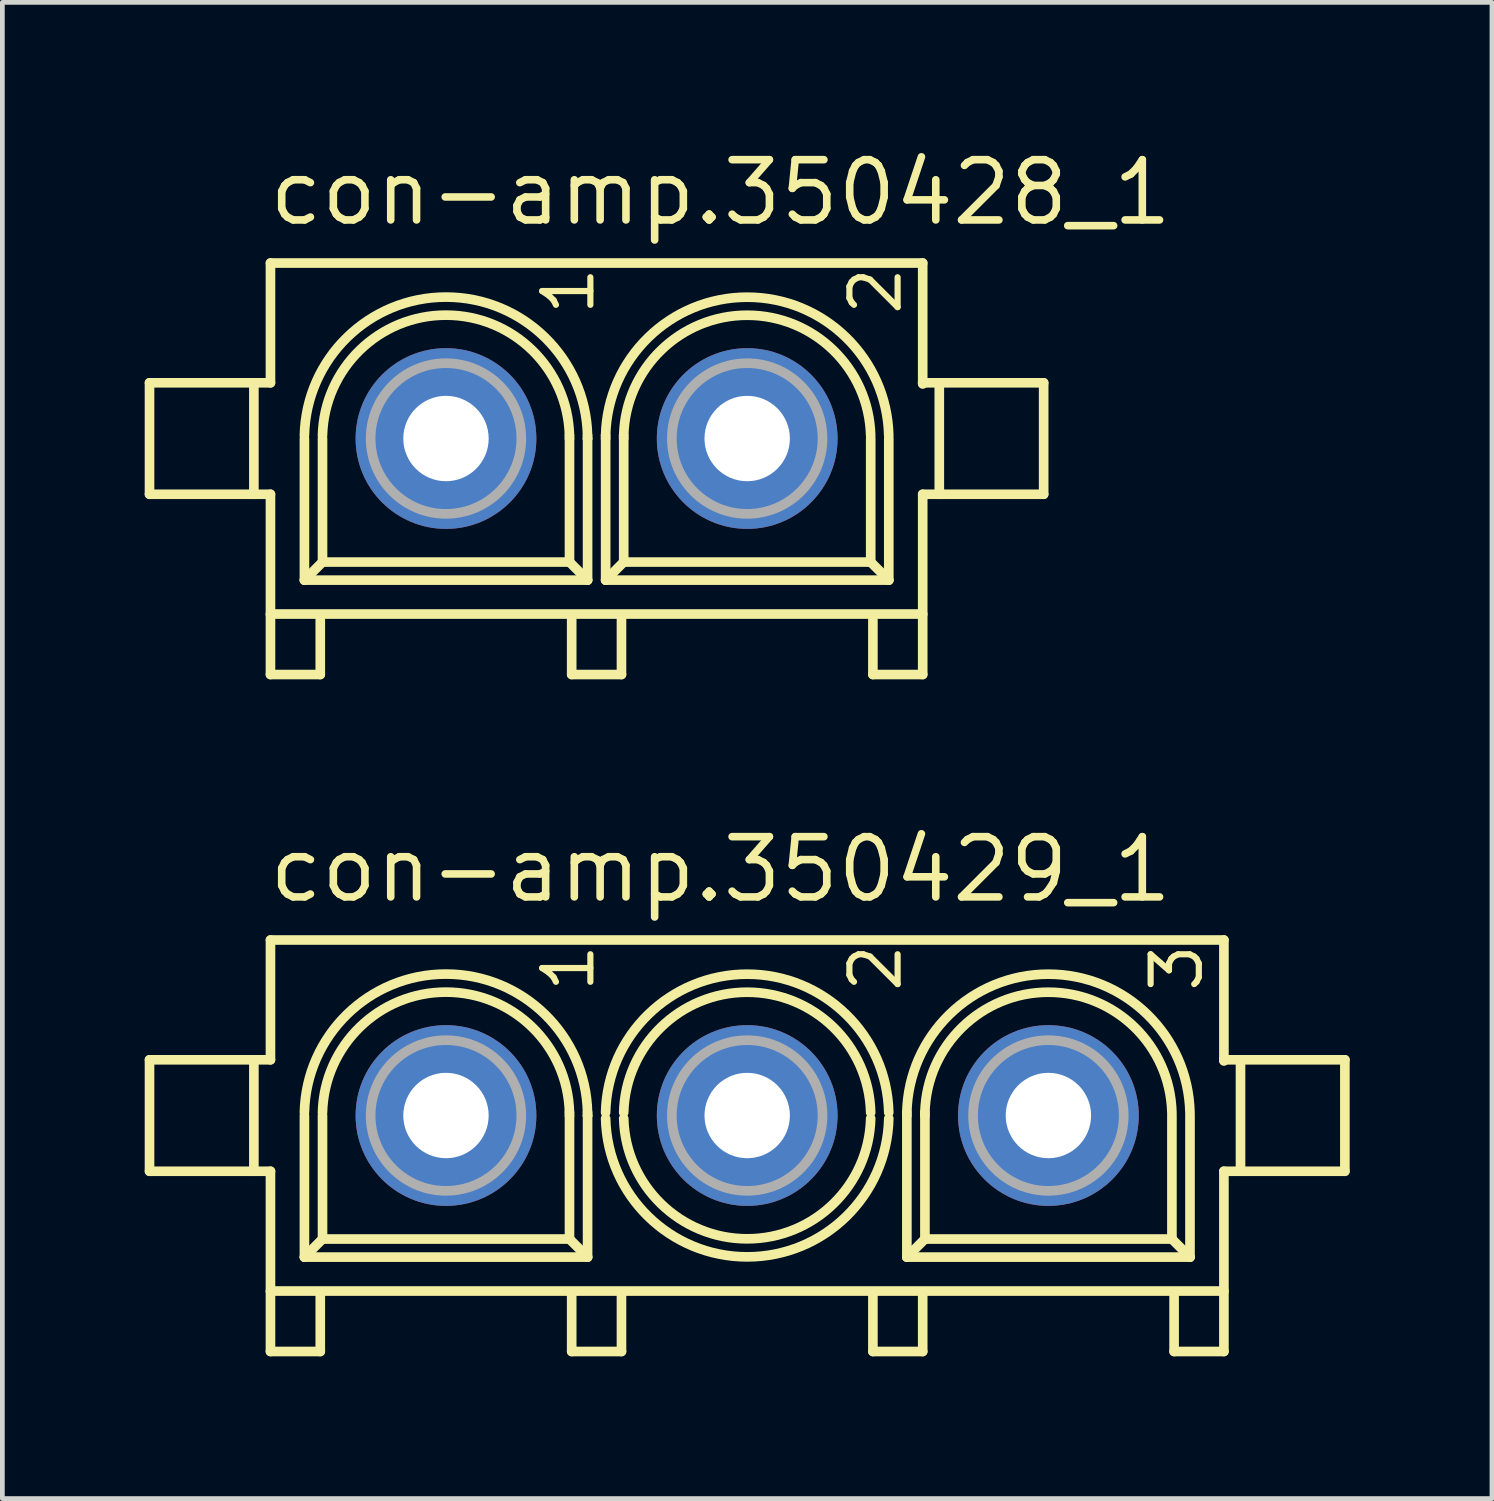
<source format=kicad_pcb>
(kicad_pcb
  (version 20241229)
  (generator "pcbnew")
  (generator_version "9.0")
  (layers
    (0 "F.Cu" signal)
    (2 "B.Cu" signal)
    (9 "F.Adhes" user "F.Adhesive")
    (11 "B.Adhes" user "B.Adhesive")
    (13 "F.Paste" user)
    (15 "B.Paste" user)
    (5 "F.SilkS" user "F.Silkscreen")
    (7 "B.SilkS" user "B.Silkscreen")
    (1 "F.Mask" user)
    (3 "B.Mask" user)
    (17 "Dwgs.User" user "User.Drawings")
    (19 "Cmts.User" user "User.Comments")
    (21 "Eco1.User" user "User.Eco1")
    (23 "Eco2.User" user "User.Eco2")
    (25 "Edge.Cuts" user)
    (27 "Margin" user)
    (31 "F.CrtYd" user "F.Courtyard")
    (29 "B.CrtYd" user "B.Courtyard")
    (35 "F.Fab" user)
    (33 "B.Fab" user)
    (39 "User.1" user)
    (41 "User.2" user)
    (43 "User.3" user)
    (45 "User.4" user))
  (footprint "con-amp.350429_1"
    (layer "F.Cu")
    (at 12.702 20.467)
    (property "Reference" "con-amp.350429_1" (at -10.16 -4.445 0) (layer "F.SilkS") (effects (font (size 1.27 1.27) (thickness 0.16)) (justify left bottom)))
    (attr through_hole)
    (fp_line (start -12.6 -1.175) (end -12.6 1.175) (stroke (width 0.203) (type default)) (layer "F.SilkS"))
    (fp_line (start -12.6 1.175) (end -10.425 1.175) (stroke (width 0.203) (type default)) (layer "F.SilkS"))
    (fp_line (start -10.425 -1.175) (end -12.6 -1.175) (stroke (width 0.203) (type default)) (layer "F.SilkS"))
    (fp_line (start -10.4 -1.175) (end -10.05 -1.175) (stroke (width 0.203) (type default)) (layer "F.SilkS"))
    (fp_line (start -10.4 1.175) (end -10.4 -1.175) (stroke (width 0.203) (type default)) (layer "F.SilkS"))
    (fp_line (start -10.05 -3.7) (end 10.05 -3.7) (stroke (width 0.203) (type default)) (layer "F.SilkS"))
    (fp_line (start -10.05 -1.175) (end -10.05 -3.7) (stroke (width 0.203) (type default)) (layer "F.SilkS"))
    (fp_line (start -10.05 1.175) (end -10.4 1.175) (stroke (width 0.203) (type default)) (layer "F.SilkS"))
    (fp_line (start -10.05 3.7) (end -10.05 1.175) (stroke (width 0.203) (type default)) (layer "F.SilkS"))
    (fp_line (start -10.05 3.725) (end -10.05 4.975) (stroke (width 0.203) (type default)) (layer "F.SilkS"))
    (fp_line (start -10.05 4.975) (end -9 4.975) (stroke (width 0.203) (type default)) (layer "F.SilkS"))
    (fp_line (start -9.334 2.985) (end -9.334 0) (stroke (width 0.203) (type default)) (layer "F.SilkS"))
    (fp_line (start -9 4.975) (end -9 3.8) (stroke (width 0.203) (type default)) (layer "F.SilkS"))
    (fp_line (start -8.953 2.604) (end -9.334 2.985) (stroke (width 0.203) (type default)) (layer "F.SilkS"))
    (fp_line (start -8.953 2.604) (end -8.953 0) (stroke (width 0.203) (type default)) (layer "F.SilkS"))
    (fp_line (start -3.747 -0.064) (end -3.747 0) (stroke (width 0.203) (type default)) (layer "F.SilkS"))
    (fp_line (start -3.746 0) (end -3.746 2.604) (stroke (width 0.203) (type default)) (layer "F.SilkS"))
    (fp_line (start -3.746 2.604) (end -8.953 2.604) (stroke (width 0.203) (type default)) (layer "F.SilkS"))
    (fp_line (start -3.746 2.604) (end -3.365 2.985) (stroke (width 0.203) (type default)) (layer "F.SilkS"))
    (fp_line (start -3.7 4.975) (end -3.7 3.775) (stroke (width 0.203) (type default)) (layer "F.SilkS"))
    (fp_line (start -3.366 -0.064) (end -3.366 0) (stroke (width 0.203) (type default)) (layer "F.SilkS"))
    (fp_line (start -3.365 0) (end -3.366 0) (stroke (width 0.203) (type default)) (layer "F.SilkS"))
    (fp_line (start -3.365 0) (end -3.365 2.985) (stroke (width 0.203) (type default)) (layer "F.SilkS"))
    (fp_line (start -3.365 2.985) (end -9.334 2.985) (stroke (width 0.203) (type default)) (layer "F.SilkS"))
    (fp_line (start -2.65 3.775) (end -2.65 4.975) (stroke (width 0.203) (type default)) (layer "F.SilkS"))
    (fp_line (start -2.65 4.975) (end -3.7 4.975) (stroke (width 0.203) (type default)) (layer "F.SilkS"))
    (fp_line (start 2.65 4.975) (end 2.65 3.775) (stroke (width 0.203) (type default)) (layer "F.SilkS"))
    (fp_line (start 3.365 0) (end 3.365 -0.064) (stroke (width 0.203) (type default)) (layer "F.SilkS"))
    (fp_line (start 3.366 2.985) (end 3.366 0) (stroke (width 0.203) (type default)) (layer "F.SilkS"))
    (fp_line (start 3.7 3.775) (end 3.7 4.975) (stroke (width 0.203) (type default)) (layer "F.SilkS"))
    (fp_line (start 3.7 4.975) (end 2.65 4.975) (stroke (width 0.203) (type default)) (layer "F.SilkS"))
    (fp_line (start 3.746 0) (end 3.746 -0.064) (stroke (width 0.203) (type default)) (layer "F.SilkS"))
    (fp_line (start 3.747 2.604) (end 3.366 2.985) (stroke (width 0.203) (type default)) (layer "F.SilkS"))
    (fp_line (start 3.747 2.604) (end 3.747 0) (stroke (width 0.203) (type default)) (layer "F.SilkS"))
    (fp_line (start 8.954 0) (end 8.954 2.604) (stroke (width 0.203) (type default)) (layer "F.SilkS"))
    (fp_line (start 8.954 2.604) (end 3.747 2.604) (stroke (width 0.203) (type default)) (layer "F.SilkS"))
    (fp_line (start 8.954 2.604) (end 9.335 2.985) (stroke (width 0.203) (type default)) (layer "F.SilkS"))
    (fp_line (start 9 4.975) (end 9 3.825) (stroke (width 0.203) (type default)) (layer "F.SilkS"))
    (fp_line (start 9.335 0) (end 9.335 2.985) (stroke (width 0.203) (type default)) (layer "F.SilkS"))
    (fp_line (start 9.335 2.985) (end 3.366 2.985) (stroke (width 0.203) (type default)) (layer "F.SilkS"))
    (fp_line (start 10.05 -3.7) (end 10.05 -1.175) (stroke (width 0.203) (type default)) (layer "F.SilkS"))
    (fp_line (start 10.05 -1.175) (end 10.05 -1.15) (stroke (width 0.203) (type default)) (layer "F.SilkS"))
    (fp_line (start 10.05 -1.175) (end 10.4 -1.175) (stroke (width 0.203) (type default)) (layer "F.SilkS"))
    (fp_line (start 10.05 1.175) (end 10.05 3.7) (stroke (width 0.203) (type default)) (layer "F.SilkS"))
    (fp_line (start 10.05 3.7) (end -10.05 3.7) (stroke (width 0.203) (type default)) (layer "F.SilkS"))
    (fp_line (start 10.05 3.75) (end 10.05 4.975) (stroke (width 0.203) (type default)) (layer "F.SilkS"))
    (fp_line (start 10.05 4.975) (end 9 4.975) (stroke (width 0.203) (type default)) (layer "F.SilkS"))
    (fp_line (start 10.4 -1.175) (end 10.4 1.175) (stroke (width 0.203) (type default)) (layer "F.SilkS"))
    (fp_line (start 10.4 1.175) (end 10.05 1.175) (stroke (width 0.203) (type default)) (layer "F.SilkS"))
    (fp_line (start 10.425 -1.175) (end 12.6 -1.175) (stroke (width 0.203) (type default)) (layer "F.SilkS"))
    (fp_line (start 12.6 -1.175) (end 12.6 1.175) (stroke (width 0.203) (type default)) (layer "F.SilkS"))
    (fp_line (start 12.6 1.175) (end 10.425 1.175) (stroke (width 0.203) (type default)) (layer "F.SilkS"))
    (fp_arc (start -9.3346 -0.0636) (mid -6.35015 -2.979945) (end -3.3657 -0.0636) (stroke (width 0.2032) (type default)) (layer "F.SilkS"))
    (fp_arc (start -8.9536 -0.0636) (mid -6.35015 -2.601886) (end -3.7467 -0.0636) (stroke (width 0.2032) (type default)) (layer "F.SilkS"))
    (fp_arc (start -2.9847 -0.0636) (mid -0.0002 -2.980093) (end 2.9843 -0.0636) (stroke (width 0.2032) (type default)) (layer "F.SilkS"))
    (fp_arc (start -2.6037 -0.0636) (mid -0.0002 -2.600085) (end 2.6033 -0.0636) (stroke (width 0.2032) (type default)) (layer "F.SilkS"))
    (fp_arc (start 2.6037 0.0636) (mid 0.0002 2.600085) (end -2.6033 0.0636) (stroke (width 0.2032) (type default)) (layer "F.SilkS"))
    (fp_arc (start 2.9847 0.0636) (mid 0.0002 2.980093) (end -2.9843 0.0636) (stroke (width 0.2032) (type default)) (layer "F.SilkS"))
    (fp_arc (start 3.3653 -0.0636) (mid 6.3498 -2.980093) (end 9.3343 -0.0636) (stroke (width 0.2032) (type default)) (layer "F.SilkS"))
    (fp_arc (start 3.7463 -0.0636) (mid 6.3498 -2.600085) (end 8.9533 -0.0636) (stroke (width 0.2032) (type default)) (layer "F.SilkS"))
    (fp_circle (center -6.35 0) (end -4.762 0) (stroke (width 0.203) (type default)) (fill no) (layer "F.Fab"))
    (fp_circle (center 0 0) (end 1.588 0) (stroke (width 0.203) (type default)) (fill no) (layer "F.Fab"))
    (fp_circle (center 6.35 0) (end 7.938 0) (stroke (width 0.203) (type default)) (fill no) (layer "F.Fab"))
    (fp_text user "2" (at 3.302 -2.54 90) (layer "F.SilkS") (effects (font (size 1.016 1.016) (thickness 0.13)) (justify left bottom)))
    (fp_text user "1" (at -3.175 -2.54 90) (layer "F.SilkS") (effects (font (size 1.016 1.016) (thickness 0.13)) (justify left bottom)))
    (fp_text user "3" (at 9.652 -2.54 90) (layer "F.SilkS") (effects (font (size 1.016 1.016) (thickness 0.13)) (justify left bottom)))
    (pad "1" thru_hole circle (at -6.35 0) (size 3.81 3.81) (drill 1.8) (layers "*.Cu" "*.Mask"))
    (pad "2" thru_hole circle (at 0 0) (size 3.81 3.81) (drill 1.8) (layers "*.Cu" "*.Mask"))
    (pad "3" thru_hole circle (at 6.35 0) (size 3.81 3.81) (drill 1.8) (layers "*.Cu" "*.Mask")))
  (footprint "con-amp.350428_1"
    (layer "F.Cu")
    (at 9.527 6.195)
    (property "Reference" "con-amp.350428_1" (at -6.985 -4.445 0) (layer "F.SilkS") (effects (font (size 1.27 1.27) (thickness 0.16)) (justify left bottom)))
    (attr through_hole)
    (fp_line (start -9.425 -1.175) (end -9.425 1.175) (stroke (width 0.203) (type default)) (layer "F.SilkS"))
    (fp_line (start -9.425 1.175) (end -7.25 1.175) (stroke (width 0.203) (type default)) (layer "F.SilkS"))
    (fp_line (start -7.25 -1.175) (end -9.425 -1.175) (stroke (width 0.203) (type default)) (layer "F.SilkS"))
    (fp_line (start -7.225 -1.175) (end -6.875 -1.175) (stroke (width 0.203) (type default)) (layer "F.SilkS"))
    (fp_line (start -7.225 1.175) (end -7.225 -1.175) (stroke (width 0.203) (type default)) (layer "F.SilkS"))
    (fp_line (start -6.875 -3.7) (end 6.875 -3.7) (stroke (width 0.203) (type default)) (layer "F.SilkS"))
    (fp_line (start -6.875 -1.175) (end -6.875 -3.7) (stroke (width 0.203) (type default)) (layer "F.SilkS"))
    (fp_line (start -6.875 1.175) (end -7.225 1.175) (stroke (width 0.203) (type default)) (layer "F.SilkS"))
    (fp_line (start -6.875 3.7) (end -6.875 1.175) (stroke (width 0.203) (type default)) (layer "F.SilkS"))
    (fp_line (start -6.875 3.725) (end -6.875 4.975) (stroke (width 0.203) (type default)) (layer "F.SilkS"))
    (fp_line (start -6.875 4.975) (end -5.825 4.975) (stroke (width 0.203) (type default)) (layer "F.SilkS"))
    (fp_line (start -6.159 2.985) (end -6.159 0) (stroke (width 0.203) (type default)) (layer "F.SilkS"))
    (fp_line (start -5.825 4.975) (end -5.825 3.8) (stroke (width 0.203) (type default)) (layer "F.SilkS"))
    (fp_line (start -5.778 2.604) (end -6.159 2.985) (stroke (width 0.203) (type default)) (layer "F.SilkS"))
    (fp_line (start -5.778 2.604) (end -5.778 0) (stroke (width 0.203) (type default)) (layer "F.SilkS"))
    (fp_line (start -0.572 -0.064) (end -0.572 0) (stroke (width 0.203) (type default)) (layer "F.SilkS"))
    (fp_line (start -0.571 0) (end -0.571 2.604) (stroke (width 0.203) (type default)) (layer "F.SilkS"))
    (fp_line (start -0.571 2.604) (end -5.778 2.604) (stroke (width 0.203) (type default)) (layer "F.SilkS"))
    (fp_line (start -0.571 2.604) (end -0.19 2.985) (stroke (width 0.203) (type default)) (layer "F.SilkS"))
    (fp_line (start -0.525 4.975) (end -0.525 3.775) (stroke (width 0.203) (type default)) (layer "F.SilkS"))
    (fp_line (start -0.191 -0.064) (end -0.191 0) (stroke (width 0.203) (type default)) (layer "F.SilkS"))
    (fp_line (start -0.19 0) (end -0.191 0) (stroke (width 0.203) (type default)) (layer "F.SilkS"))
    (fp_line (start -0.19 0) (end -0.19 2.985) (stroke (width 0.203) (type default)) (layer "F.SilkS"))
    (fp_line (start -0.19 2.985) (end -6.159 2.985) (stroke (width 0.203) (type default)) (layer "F.SilkS"))
    (fp_line (start 0.19 0) (end 0.19 -0.064) (stroke (width 0.203) (type default)) (layer "F.SilkS"))
    (fp_line (start 0.191 2.985) (end 0.191 0) (stroke (width 0.203) (type default)) (layer "F.SilkS"))
    (fp_line (start 0.525 3.775) (end 0.525 4.975) (stroke (width 0.203) (type default)) (layer "F.SilkS"))
    (fp_line (start 0.525 4.975) (end -0.525 4.975) (stroke (width 0.203) (type default)) (layer "F.SilkS"))
    (fp_line (start 0.571 0) (end 0.571 -0.064) (stroke (width 0.203) (type default)) (layer "F.SilkS"))
    (fp_line (start 0.572 2.604) (end 0.191 2.985) (stroke (width 0.203) (type default)) (layer "F.SilkS"))
    (fp_line (start 0.572 2.604) (end 0.572 0) (stroke (width 0.203) (type default)) (layer "F.SilkS"))
    (fp_line (start 5.779 0) (end 5.779 2.604) (stroke (width 0.203) (type default)) (layer "F.SilkS"))
    (fp_line (start 5.779 2.604) (end 0.572 2.604) (stroke (width 0.203) (type default)) (layer "F.SilkS"))
    (fp_line (start 5.779 2.604) (end 6.16 2.985) (stroke (width 0.203) (type default)) (layer "F.SilkS"))
    (fp_line (start 5.825 4.975) (end 5.825 3.825) (stroke (width 0.203) (type default)) (layer "F.SilkS"))
    (fp_line (start 6.16 0) (end 6.16 2.985) (stroke (width 0.203) (type default)) (layer "F.SilkS"))
    (fp_line (start 6.16 2.985) (end 0.191 2.985) (stroke (width 0.203) (type default)) (layer "F.SilkS"))
    (fp_line (start 6.875 -3.7) (end 6.875 -1.175) (stroke (width 0.203) (type default)) (layer "F.SilkS"))
    (fp_line (start 6.875 -1.175) (end 6.875 -1.15) (stroke (width 0.203) (type default)) (layer "F.SilkS"))
    (fp_line (start 6.875 -1.175) (end 7.225 -1.175) (stroke (width 0.203) (type default)) (layer "F.SilkS"))
    (fp_line (start 6.875 1.175) (end 6.875 3.7) (stroke (width 0.203) (type default)) (layer "F.SilkS"))
    (fp_line (start 6.875 3.7) (end -6.875 3.7) (stroke (width 0.203) (type default)) (layer "F.SilkS"))
    (fp_line (start 6.875 3.75) (end 6.875 4.975) (stroke (width 0.203) (type default)) (layer "F.SilkS"))
    (fp_line (start 6.875 4.975) (end 5.825 4.975) (stroke (width 0.203) (type default)) (layer "F.SilkS"))
    (fp_line (start 7.225 -1.175) (end 7.225 1.175) (stroke (width 0.203) (type default)) (layer "F.SilkS"))
    (fp_line (start 7.225 1.175) (end 6.875 1.175) (stroke (width 0.203) (type default)) (layer "F.SilkS"))
    (fp_line (start 7.25 -1.175) (end 9.425 -1.175) (stroke (width 0.203) (type default)) (layer "F.SilkS"))
    (fp_line (start 9.425 -1.175) (end 9.425 1.175) (stroke (width 0.203) (type default)) (layer "F.SilkS"))
    (fp_line (start 9.425 1.175) (end 7.25 1.175) (stroke (width 0.203) (type default)) (layer "F.SilkS"))
    (fp_arc (start -6.1596 -0.0636) (mid -3.17515 -2.979945) (end -0.1907 -0.0636) (stroke (width 0.2032) (type default)) (layer "F.SilkS"))
    (fp_arc (start -5.7786 -0.0636) (mid -3.17515 -2.601886) (end -0.5717 -0.0636) (stroke (width 0.2032) (type default)) (layer "F.SilkS"))
    (fp_arc (start 0.1903 -0.0636) (mid 3.1748 -2.980093) (end 6.1593 -0.0636) (stroke (width 0.2032) (type default)) (layer "F.SilkS"))
    (fp_arc (start 0.5713 -0.0636) (mid 3.1748 -2.600085) (end 5.7783 -0.0636) (stroke (width 0.2032) (type default)) (layer "F.SilkS"))
    (fp_circle (center -3.175 0) (end -1.587 0) (stroke (width 0.203) (type default)) (fill no) (layer "F.Fab"))
    (fp_circle (center 3.175 0) (end 4.763 0) (stroke (width 0.203) (type default)) (fill no) (layer "F.Fab"))
    (fp_text user "2" (at 6.477 -2.54 90) (layer "F.SilkS") (effects (font (size 1.016 1.016) (thickness 0.13)) (justify left bottom)))
    (fp_text user "1" (at 0 -2.54 90) (layer "F.SilkS") (effects (font (size 1.016 1.016) (thickness 0.13)) (justify left bottom)))
    (pad "1" thru_hole circle (at -3.175 0) (size 3.81 3.81) (drill 1.8) (layers "*.Cu" "*.Mask"))
    (pad "2" thru_hole circle (at 3.175 0) (size 3.81 3.81) (drill 1.8) (layers "*.Cu" "*.Mask")))
  (gr_rect
    (start -3 -3)
    (end 28.403 28.543)
    (stroke (width 0.1) (type default))
    (fill no)
    (layer "Edge.Cuts")))
</source>
